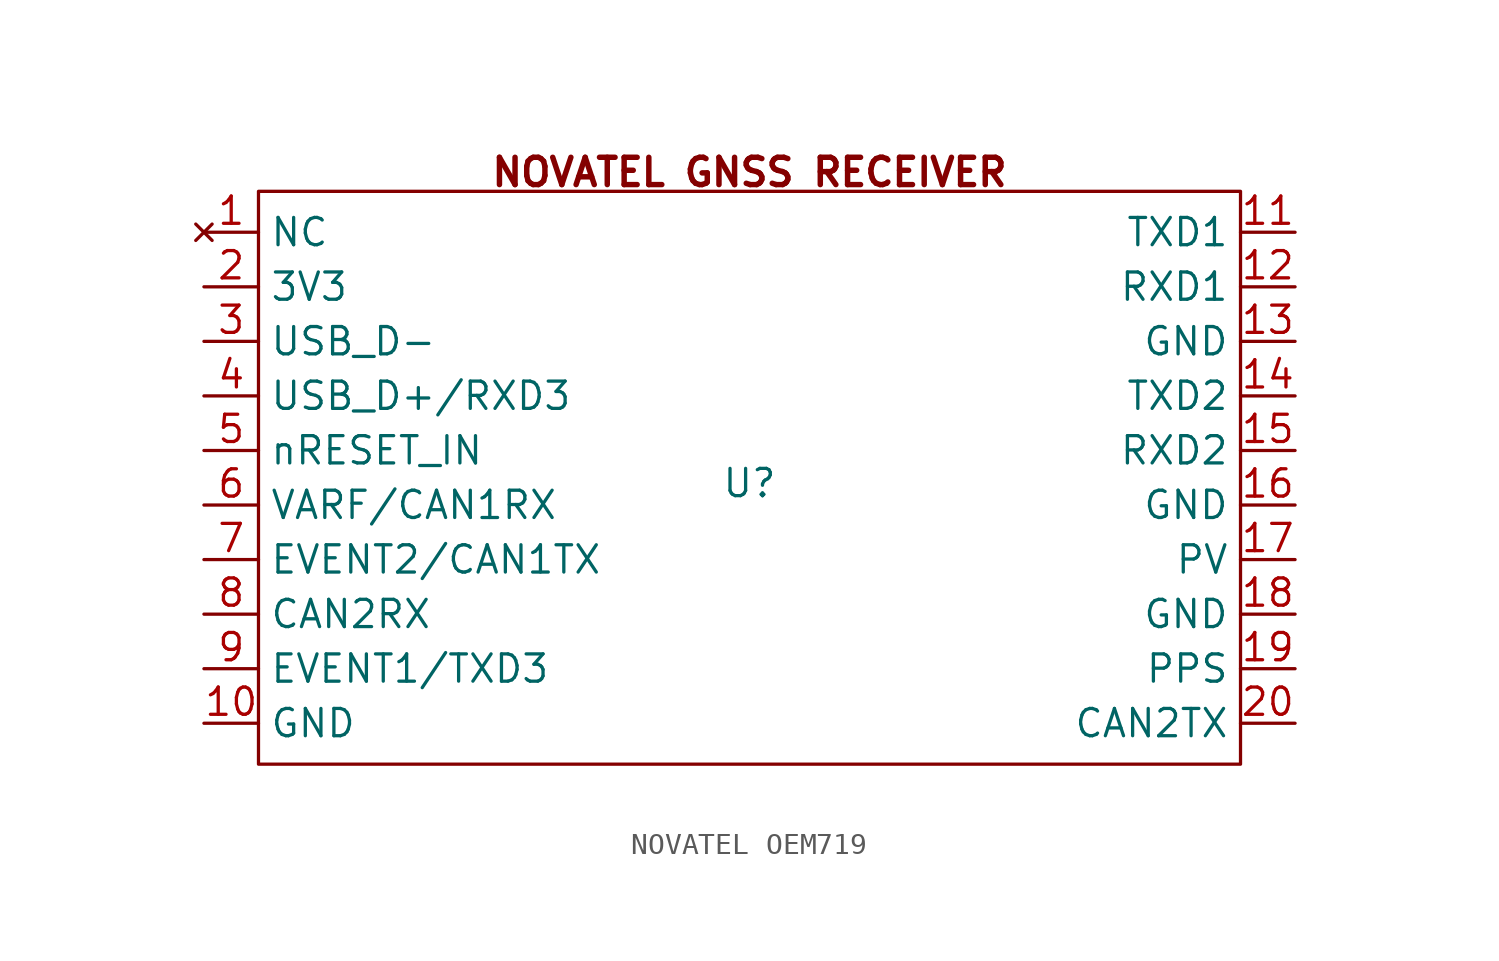
<source format=kicad_sym>
(kicad_symbol_lib
  (version 20241209)
  (generator "kicad_symbol_editor")
  (generator_version "9.0")
  (symbol "NOVATEL OEM719"
    (property "Reference" "U"
      (at 0 -0.254 0)
      (effects (font (size 1.27 1.27))))
    (property "Value" ""
      (at 0 0 0)
      (effects (font (size 1.27 1.27))))
    (symbol "NOVATEL OEM719_0_1"
      (rectangle (start -22.86 13.335) (end 22.86 -13.335) (stroke (width 0) (type default)) (fill (type none))))
    (symbol "NOVATEL OEM719_1_1"
      (text "NOVATEL GNSS RECEIVER" (at 0 14.224 0) (effects (font (size 1.27 1.27) (thickness 0.254) (bold yes))))
      (pin no_connect line (at -25.4 11.43 0) (length 2.54) (name "NC" (effects (font (size 1.27 1.27)))) (number "1" (effects (font (size 1.27 1.27)))))
      (pin power_in line (at -25.4 8.89 0) (length 2.54) (name "3V3" (effects (font (size 1.27 1.27)))) (number "2" (effects (font (size 1.27 1.27)))))
      (pin bidirectional line (at -25.4 6.35 0) (length 2.54) (name "USB_D-" (effects (font (size 1.27 1.27)))) (number "3" (effects (font (size 1.27 1.27)))))
      (pin bidirectional line (at -25.4 3.81 0) (length 2.54) (name "USB_D+/RXD3" (effects (font (size 1.27 1.27)))) (number "4" (effects (font (size 1.27 1.27)))))
      (pin input line (at -25.4 1.27 0) (length 2.54) (name "nRESET_IN" (effects (font (size 1.27 1.27)))) (number "5" (effects (font (size 1.27 1.27)))))
      (pin input line (at -25.4 -1.27 0) (length 2.54) (name "VARF/CAN1RX" (effects (font (size 1.27 1.27)))) (number "6" (effects (font (size 1.27 1.27)))))
      (pin output line (at -25.4 -3.81 0) (length 2.54) (name "EVENT2/CAN1TX" (effects (font (size 1.27 1.27)))) (number "7" (effects (font (size 1.27 1.27)))))
      (pin input line (at -25.4 -6.35 0) (length 2.54) (name "CAN2RX" (effects (font (size 1.27 1.27)))) (number "8" (effects (font (size 1.27 1.27)))))
      (pin output line (at -25.4 -8.89 0) (length 2.54) (name "EVENT1/TXD3" (effects (font (size 1.27 1.27)))) (number "9" (effects (font (size 1.27 1.27)))))
      (pin bidirectional line (at -25.4 -11.43 0) (length 2.54) (name "GND" (effects (font (size 1.27 1.27)))) (number "10" (effects (font (size 1.27 1.27)))))
      (pin output line (at 25.4 11.43 180) (length 2.54) (name "TXD1" (effects (font (size 1.27 1.27)))) (number "11" (effects (font (size 1.27 1.27)))))
      (pin output line (at 25.4 8.89 180) (length 2.54) (name "RXD1" (effects (font (size 1.27 1.27)))) (number "12" (effects (font (size 1.27 1.27)))))
      (pin bidirectional line (at 25.4 6.35 180) (length 2.54) (name "GND" (effects (font (size 1.27 1.27)))) (number "13" (effects (font (size 1.27 1.27)))))
      (pin output line (at 25.4 3.81 180) (length 2.54) (name "TXD2" (effects (font (size 1.27 1.27)))) (number "14" (effects (font (size 1.27 1.27)))))
      (pin input line (at 25.4 1.27 180) (length 2.54) (name "RXD2" (effects (font (size 1.27 1.27)))) (number "15" (effects (font (size 1.27 1.27)))))
      (pin bidirectional line (at 25.4 -1.27 180) (length 2.54) (name "GND" (effects (font (size 1.27 1.27)))) (number "16" (effects (font (size 1.27 1.27)))))
      (pin output line (at 25.4 -3.81 180) (length 2.54) (name "PV" (effects (font (size 1.27 1.27)))) (number "17" (effects (font (size 1.27 1.27)))))
      (pin bidirectional line (at 25.4 -6.35 180) (length 2.54) (name "GND" (effects (font (size 1.27 1.27)))) (number "18" (effects (font (size 1.27 1.27)))))
      (pin output line (at 25.4 -8.89 180) (length 2.54) (name "PPS" (effects (font (size 1.27 1.27)))) (number "19" (effects (font (size 1.27 1.27)))))
      (pin output line (at 25.4 -11.43 180) (length 2.54) (name "CAN2TX" (effects (font (size 1.27 1.27)))) (number "20" (effects (font (size 1.27 1.27))))))))
</source>
